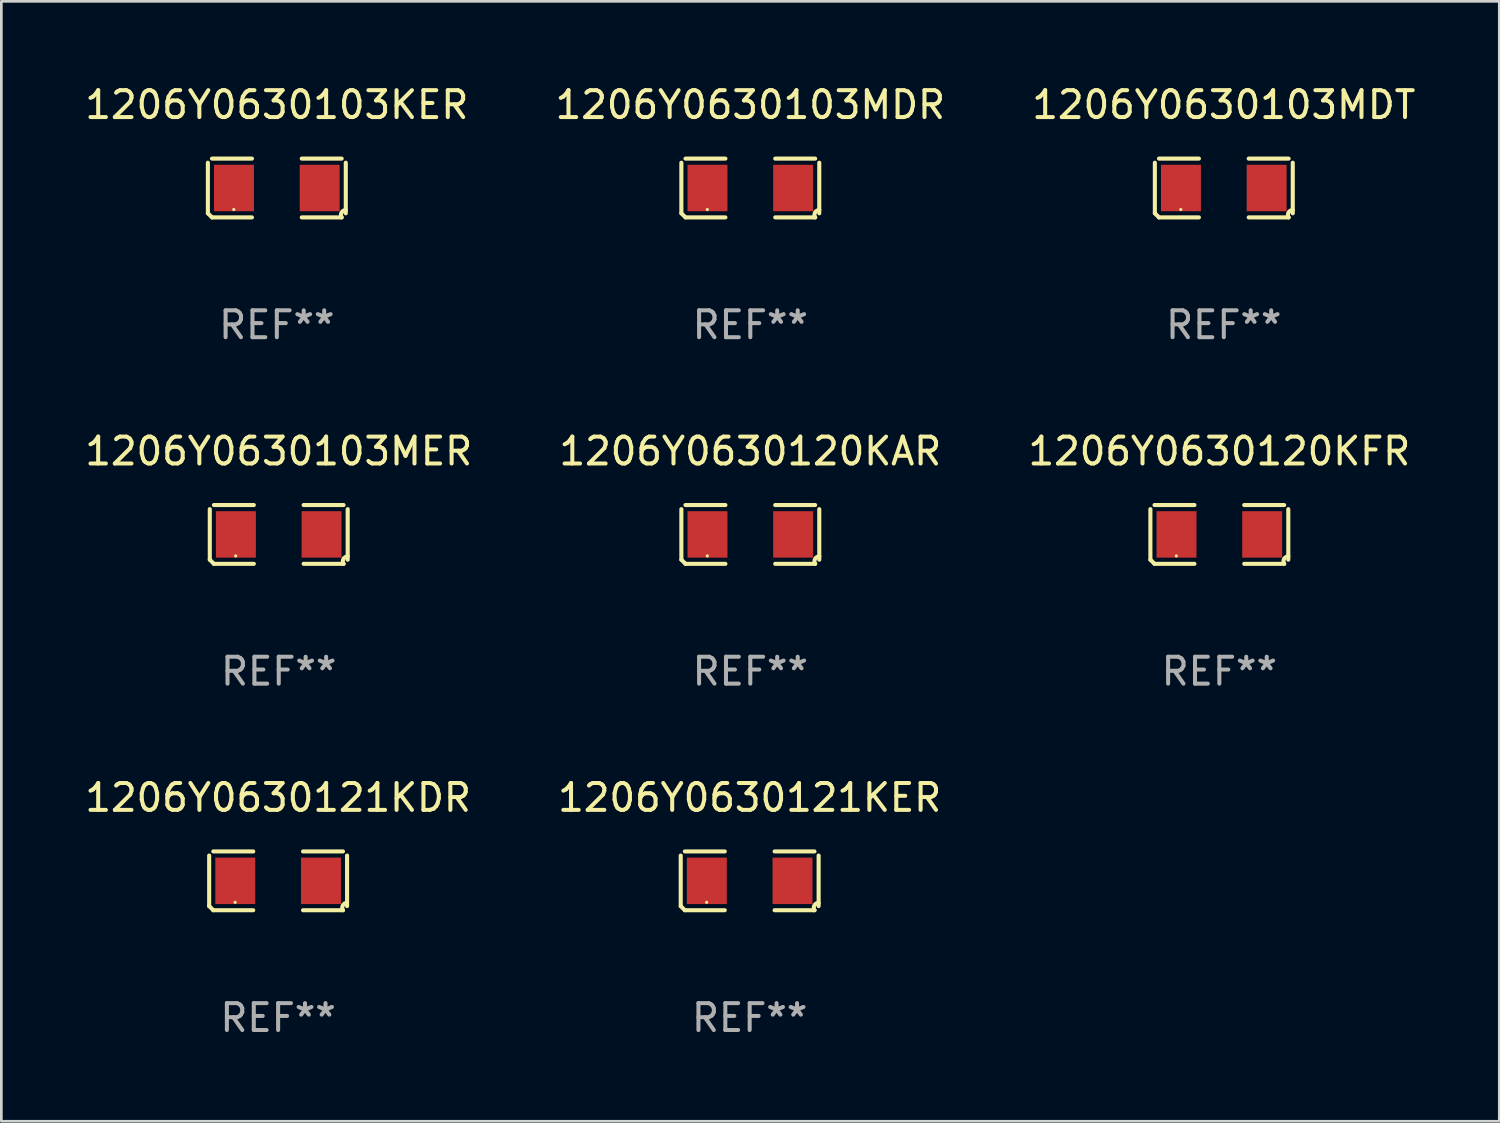
<source format=kicad_pcb>
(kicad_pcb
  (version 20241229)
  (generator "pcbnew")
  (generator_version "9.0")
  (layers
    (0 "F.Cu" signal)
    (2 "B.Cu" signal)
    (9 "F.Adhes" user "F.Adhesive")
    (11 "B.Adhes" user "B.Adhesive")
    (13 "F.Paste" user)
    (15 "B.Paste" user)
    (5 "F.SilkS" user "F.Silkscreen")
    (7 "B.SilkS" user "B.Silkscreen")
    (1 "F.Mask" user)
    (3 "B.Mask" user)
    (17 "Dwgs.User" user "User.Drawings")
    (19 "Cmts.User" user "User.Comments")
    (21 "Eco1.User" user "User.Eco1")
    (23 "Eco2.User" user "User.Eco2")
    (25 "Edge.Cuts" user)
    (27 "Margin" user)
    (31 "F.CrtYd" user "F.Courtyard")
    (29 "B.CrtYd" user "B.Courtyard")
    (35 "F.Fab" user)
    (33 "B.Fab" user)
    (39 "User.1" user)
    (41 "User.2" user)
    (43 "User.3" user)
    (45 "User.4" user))
  (footprint "1206Y0630103KER"
    (layer "F.Cu")
    (at 7.244 3.941)
    (property "Reference" "1206Y0630103KER" (at 0 -3.093 0) (layer "F.SilkS") (effects (font (size 1 1) (thickness 0.15))))
    (attr through_hole)
    (fp_line (start -2.564 0.94) (end -2.564 -0.94) (stroke (width 0.152) (type solid)) (layer "F.SilkS"))
    (fp_line (start -2.411 -1.093) (end -0.926 -1.093) (stroke (width 0.152) (type solid)) (layer "F.SilkS"))
    (fp_line (start -0.926 1.093) (end -2.411 1.093) (stroke (width 0.152) (type solid)) (layer "F.SilkS"))
    (fp_line (start 0.926 1.093) (end 2.411 1.093) (stroke (width 0.152) (type solid)) (layer "F.SilkS"))
    (fp_line (start 2.411 -1.093) (end 0.926 -1.093) (stroke (width 0.152) (type solid)) (layer "F.SilkS"))
    (fp_line (start 2.564 0.94) (end 2.564 -0.94) (stroke (width 0.152) (type solid)) (layer "F.SilkS"))
    (fp_arc (start -2.411201 1.092609) (mid -2.487413 1.01642) (end -2.563602 0.940208) (stroke (width 0.1524) (type solid)) (layer "F.SilkS"))
    (fp_arc (start 2.411201 1.092609) (mid 2.407159 0.911226) (end 2.563602 0.819347) (stroke (width 0.1524) (type solid)) (layer "F.SilkS"))
    (fp_circle (center -1.6 0.8) (end -1.57 0.8) (stroke (width 0.06) (type solid)) (fill no) (layer "F.SilkS"))
    (fp_text user "REF**" (at 0 5.093 0) (layer "F.Fab") (effects (font (size 1 1) (thickness 0.15))))
    (pad "1" smd rect (at -1.593 0) (size 1.485 1.728) (layers "F.Cu" "F.Mask" "F.Paste"))
    (pad "2" smd rect (at 1.593 0) (size 1.485 1.728) (layers "F.Cu" "F.Mask" "F.Paste")))
  (footprint "1206Y0630103MDT"
    (layer "F.Cu")
    (at 42.458 3.941)
    (property "Reference" "1206Y0630103MDT" (at 0 -3.093 0) (layer "F.SilkS") (effects (font (size 1 1) (thickness 0.15))))
    (attr through_hole)
    (fp_line (start -2.564 0.94) (end -2.564 -0.94) (stroke (width 0.152) (type solid)) (layer "F.SilkS"))
    (fp_line (start -2.411 -1.093) (end -0.926 -1.093) (stroke (width 0.152) (type solid)) (layer "F.SilkS"))
    (fp_line (start -0.926 1.093) (end -2.411 1.093) (stroke (width 0.152) (type solid)) (layer "F.SilkS"))
    (fp_line (start 0.926 1.093) (end 2.411 1.093) (stroke (width 0.152) (type solid)) (layer "F.SilkS"))
    (fp_line (start 2.411 -1.093) (end 0.926 -1.093) (stroke (width 0.152) (type solid)) (layer "F.SilkS"))
    (fp_line (start 2.564 0.94) (end 2.564 -0.94) (stroke (width 0.152) (type solid)) (layer "F.SilkS"))
    (fp_arc (start -2.411201 1.092609) (mid -2.487413 1.01642) (end -2.563602 0.940208) (stroke (width 0.1524) (type solid)) (layer "F.SilkS"))
    (fp_arc (start 2.411201 1.092609) (mid 2.407159 0.911226) (end 2.563602 0.819347) (stroke (width 0.1524) (type solid)) (layer "F.SilkS"))
    (fp_circle (center -1.6 0.8) (end -1.57 0.8) (stroke (width 0.06) (type solid)) (fill no) (layer "F.SilkS"))
    (fp_text user "REF**" (at 0 5.093 0) (layer "F.Fab") (effects (font (size 1 1) (thickness 0.15))))
    (pad "1" smd rect (at -1.593 0) (size 1.485 1.728) (layers "F.Cu" "F.Mask" "F.Paste"))
    (pad "2" smd rect (at 1.593 0) (size 1.485 1.728) (layers "F.Cu" "F.Mask" "F.Paste")))
  (footprint "1206Y0630103MER"
    (layer "F.Cu")
    (at 7.315 16.823)
    (property "Reference" "1206Y0630103MER" (at 0 -3.093 0) (layer "F.SilkS") (effects (font (size 1 1) (thickness 0.15))))
    (attr through_hole)
    (fp_line (start -2.564 0.94) (end -2.564 -0.94) (stroke (width 0.152) (type solid)) (layer "F.SilkS"))
    (fp_line (start -2.411 -1.093) (end -0.926 -1.093) (stroke (width 0.152) (type solid)) (layer "F.SilkS"))
    (fp_line (start -0.926 1.093) (end -2.411 1.093) (stroke (width 0.152) (type solid)) (layer "F.SilkS"))
    (fp_line (start 0.926 1.093) (end 2.411 1.093) (stroke (width 0.152) (type solid)) (layer "F.SilkS"))
    (fp_line (start 2.411 -1.093) (end 0.926 -1.093) (stroke (width 0.152) (type solid)) (layer "F.SilkS"))
    (fp_line (start 2.564 0.94) (end 2.564 -0.94) (stroke (width 0.152) (type solid)) (layer "F.SilkS"))
    (fp_arc (start -2.411201 1.092609) (mid -2.487413 1.01642) (end -2.563602 0.940208) (stroke (width 0.1524) (type solid)) (layer "F.SilkS"))
    (fp_arc (start 2.411201 1.092609) (mid 2.407159 0.911226) (end 2.563602 0.819347) (stroke (width 0.1524) (type solid)) (layer "F.SilkS"))
    (fp_circle (center -1.6 0.8) (end -1.57 0.8) (stroke (width 0.06) (type solid)) (fill no) (layer "F.SilkS"))
    (fp_text user "REF**" (at 0 5.093 0) (layer "F.Fab") (effects (font (size 1 1) (thickness 0.15))))
    (pad "1" smd rect (at -1.593 0) (size 1.485 1.728) (layers "F.Cu" "F.Mask" "F.Paste"))
    (pad "2" smd rect (at 1.593 0) (size 1.485 1.728) (layers "F.Cu" "F.Mask" "F.Paste")))
  (footprint "1206Y0630120KFR"
    (layer "F.Cu")
    (at 42.292 16.823)
    (property "Reference" "1206Y0630120KFR" (at 0 -3.093 0) (layer "F.SilkS") (effects (font (size 1 1) (thickness 0.15))))
    (attr through_hole)
    (fp_line (start -2.564 0.94) (end -2.564 -0.94) (stroke (width 0.152) (type solid)) (layer "F.SilkS"))
    (fp_line (start -2.411 -1.093) (end -0.926 -1.093) (stroke (width 0.152) (type solid)) (layer "F.SilkS"))
    (fp_line (start -0.926 1.093) (end -2.411 1.093) (stroke (width 0.152) (type solid)) (layer "F.SilkS"))
    (fp_line (start 0.926 1.093) (end 2.411 1.093) (stroke (width 0.152) (type solid)) (layer "F.SilkS"))
    (fp_line (start 2.411 -1.093) (end 0.926 -1.093) (stroke (width 0.152) (type solid)) (layer "F.SilkS"))
    (fp_line (start 2.564 0.94) (end 2.564 -0.94) (stroke (width 0.152) (type solid)) (layer "F.SilkS"))
    (fp_arc (start -2.411201 1.092609) (mid -2.487413 1.01642) (end -2.563602 0.940208) (stroke (width 0.1524) (type solid)) (layer "F.SilkS"))
    (fp_arc (start 2.411201 1.092609) (mid 2.407159 0.911226) (end 2.563602 0.819347) (stroke (width 0.1524) (type solid)) (layer "F.SilkS"))
    (fp_circle (center -1.6 0.8) (end -1.57 0.8) (stroke (width 0.06) (type solid)) (fill no) (layer "F.SilkS"))
    (fp_text user "REF**" (at 0 5.093 0) (layer "F.Fab") (effects (font (size 1 1) (thickness 0.15))))
    (pad "1" smd rect (at -1.593 0) (size 1.485 1.728) (layers "F.Cu" "F.Mask" "F.Paste"))
    (pad "2" smd rect (at 1.593 0) (size 1.485 1.728) (layers "F.Cu" "F.Mask" "F.Paste")))
  (footprint "1206Y0630121KER"
    (layer "F.Cu")
    (at 24.827 29.704)
    (property "Reference" "1206Y0630121KER" (at 0 -3.093 0) (layer "F.SilkS") (effects (font (size 1 1) (thickness 0.15))))
    (attr through_hole)
    (fp_line (start -2.564 0.94) (end -2.564 -0.94) (stroke (width 0.152) (type solid)) (layer "F.SilkS"))
    (fp_line (start -2.411 -1.093) (end -0.926 -1.093) (stroke (width 0.152) (type solid)) (layer "F.SilkS"))
    (fp_line (start -0.926 1.093) (end -2.411 1.093) (stroke (width 0.152) (type solid)) (layer "F.SilkS"))
    (fp_line (start 0.926 1.093) (end 2.411 1.093) (stroke (width 0.152) (type solid)) (layer "F.SilkS"))
    (fp_line (start 2.411 -1.093) (end 0.926 -1.093) (stroke (width 0.152) (type solid)) (layer "F.SilkS"))
    (fp_line (start 2.564 0.94) (end 2.564 -0.94) (stroke (width 0.152) (type solid)) (layer "F.SilkS"))
    (fp_arc (start -2.411201 1.092609) (mid -2.487413 1.01642) (end -2.563602 0.940208) (stroke (width 0.1524) (type solid)) (layer "F.SilkS"))
    (fp_arc (start 2.411201 1.092609) (mid 2.407159 0.911226) (end 2.563602 0.819347) (stroke (width 0.1524) (type solid)) (layer "F.SilkS"))
    (fp_circle (center -1.6 0.8) (end -1.57 0.8) (stroke (width 0.06) (type solid)) (fill no) (layer "F.SilkS"))
    (fp_text user "REF**" (at 0 5.093 0) (layer "F.Fab") (effects (font (size 1 1) (thickness 0.15))))
    (pad "1" smd rect (at -1.593 0) (size 1.485 1.728) (layers "F.Cu" "F.Mask" "F.Paste"))
    (pad "2" smd rect (at 1.593 0) (size 1.485 1.728) (layers "F.Cu" "F.Mask" "F.Paste")))
  (footprint "1206Y0630120KAR"
    (layer "F.Cu")
    (at 24.851 16.823)
    (property "Reference" "1206Y0630120KAR" (at 0 -3.093 0) (layer "F.SilkS") (effects (font (size 1 1) (thickness 0.15))))
    (attr through_hole)
    (fp_line (start -2.564 0.94) (end -2.564 -0.94) (stroke (width 0.152) (type solid)) (layer "F.SilkS"))
    (fp_line (start -2.411 -1.093) (end -0.926 -1.093) (stroke (width 0.152) (type solid)) (layer "F.SilkS"))
    (fp_line (start -0.926 1.093) (end -2.411 1.093) (stroke (width 0.152) (type solid)) (layer "F.SilkS"))
    (fp_line (start 0.926 1.093) (end 2.411 1.093) (stroke (width 0.152) (type solid)) (layer "F.SilkS"))
    (fp_line (start 2.411 -1.093) (end 0.926 -1.093) (stroke (width 0.152) (type solid)) (layer "F.SilkS"))
    (fp_line (start 2.564 0.94) (end 2.564 -0.94) (stroke (width 0.152) (type solid)) (layer "F.SilkS"))
    (fp_arc (start -2.411201 1.092609) (mid -2.487413 1.01642) (end -2.563602 0.940208) (stroke (width 0.1524) (type solid)) (layer "F.SilkS"))
    (fp_arc (start 2.411201 1.092609) (mid 2.407159 0.911226) (end 2.563602 0.819347) (stroke (width 0.1524) (type solid)) (layer "F.SilkS"))
    (fp_circle (center -1.6 0.8) (end -1.57 0.8) (stroke (width 0.06) (type solid)) (fill no) (layer "F.SilkS"))
    (fp_text user "REF**" (at 0 5.093 0) (layer "F.Fab") (effects (font (size 1 1) (thickness 0.15))))
    (pad "1" smd rect (at -1.593 0) (size 1.485 1.728) (layers "F.Cu" "F.Mask" "F.Paste"))
    (pad "2" smd rect (at 1.593 0) (size 1.485 1.728) (layers "F.Cu" "F.Mask" "F.Paste")))
  (footprint "1206Y0630121KDR"
    (layer "F.Cu")
    (at 7.292 29.704)
    (property "Reference" "1206Y0630121KDR" (at 0 -3.093 0) (layer "F.SilkS") (effects (font (size 1 1) (thickness 0.15))))
    (attr through_hole)
    (fp_line (start -2.564 0.94) (end -2.564 -0.94) (stroke (width 0.152) (type solid)) (layer "F.SilkS"))
    (fp_line (start -2.411 -1.093) (end -0.926 -1.093) (stroke (width 0.152) (type solid)) (layer "F.SilkS"))
    (fp_line (start -0.926 1.093) (end -2.411 1.093) (stroke (width 0.152) (type solid)) (layer "F.SilkS"))
    (fp_line (start 0.926 1.093) (end 2.411 1.093) (stroke (width 0.152) (type solid)) (layer "F.SilkS"))
    (fp_line (start 2.411 -1.093) (end 0.926 -1.093) (stroke (width 0.152) (type solid)) (layer "F.SilkS"))
    (fp_line (start 2.564 0.94) (end 2.564 -0.94) (stroke (width 0.152) (type solid)) (layer "F.SilkS"))
    (fp_arc (start -2.411201 1.092609) (mid -2.487413 1.01642) (end -2.563602 0.940208) (stroke (width 0.1524) (type solid)) (layer "F.SilkS"))
    (fp_arc (start 2.411201 1.092609) (mid 2.407159 0.911226) (end 2.563602 0.819347) (stroke (width 0.1524) (type solid)) (layer "F.SilkS"))
    (fp_circle (center -1.6 0.8) (end -1.57 0.8) (stroke (width 0.06) (type solid)) (fill no) (layer "F.SilkS"))
    (fp_text user "REF**" (at 0 5.093 0) (layer "F.Fab") (effects (font (size 1 1) (thickness 0.15))))
    (pad "1" smd rect (at -1.593 0) (size 1.485 1.728) (layers "F.Cu" "F.Mask" "F.Paste"))
    (pad "2" smd rect (at 1.593 0) (size 1.485 1.728) (layers "F.Cu" "F.Mask" "F.Paste")))
  (footprint "1206Y0630103MDR"
    (layer "F.Cu")
    (at 24.851 3.941)
    (property "Reference" "1206Y0630103MDR" (at 0 -3.093 0) (layer "F.SilkS") (effects (font (size 1 1) (thickness 0.15))))
    (attr through_hole)
    (fp_line (start -2.564 0.94) (end -2.564 -0.94) (stroke (width 0.152) (type solid)) (layer "F.SilkS"))
    (fp_line (start -2.411 -1.093) (end -0.926 -1.093) (stroke (width 0.152) (type solid)) (layer "F.SilkS"))
    (fp_line (start -0.926 1.093) (end -2.411 1.093) (stroke (width 0.152) (type solid)) (layer "F.SilkS"))
    (fp_line (start 0.926 1.093) (end 2.411 1.093) (stroke (width 0.152) (type solid)) (layer "F.SilkS"))
    (fp_line (start 2.411 -1.093) (end 0.926 -1.093) (stroke (width 0.152) (type solid)) (layer "F.SilkS"))
    (fp_line (start 2.564 0.94) (end 2.564 -0.94) (stroke (width 0.152) (type solid)) (layer "F.SilkS"))
    (fp_arc (start -2.411201 1.092609) (mid -2.487413 1.01642) (end -2.563602 0.940208) (stroke (width 0.1524) (type solid)) (layer "F.SilkS"))
    (fp_arc (start 2.411201 1.092609) (mid 2.407159 0.911226) (end 2.563602 0.819347) (stroke (width 0.1524) (type solid)) (layer "F.SilkS"))
    (fp_circle (center -1.6 0.8) (end -1.57 0.8) (stroke (width 0.06) (type solid)) (fill no) (layer "F.SilkS"))
    (fp_text user "REF**" (at 0 5.093 0) (layer "F.Fab") (effects (font (size 1 1) (thickness 0.15))))
    (pad "1" smd rect (at -1.593 0) (size 1.485 1.728) (layers "F.Cu" "F.Mask" "F.Paste"))
    (pad "2" smd rect (at 1.593 0) (size 1.485 1.728) (layers "F.Cu" "F.Mask" "F.Paste")))
  (gr_rect
    (start -3 -3)
    (end 52.702 38.645)
    (stroke (width 0.1) (type default))
    (fill no)
    (layer "Edge.Cuts")))
</source>
